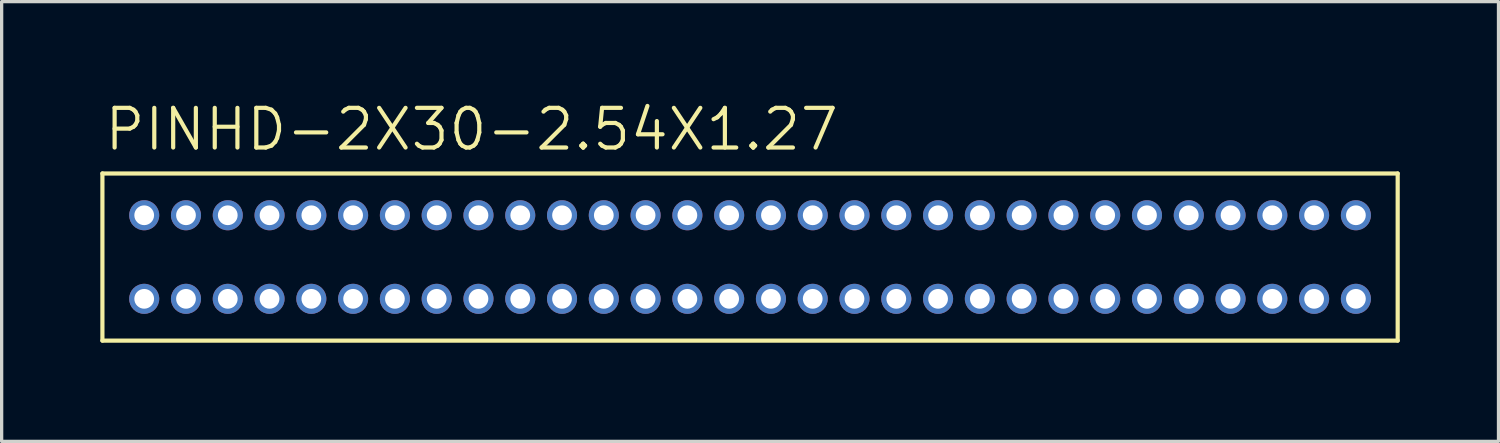
<source format=kicad_pcb>
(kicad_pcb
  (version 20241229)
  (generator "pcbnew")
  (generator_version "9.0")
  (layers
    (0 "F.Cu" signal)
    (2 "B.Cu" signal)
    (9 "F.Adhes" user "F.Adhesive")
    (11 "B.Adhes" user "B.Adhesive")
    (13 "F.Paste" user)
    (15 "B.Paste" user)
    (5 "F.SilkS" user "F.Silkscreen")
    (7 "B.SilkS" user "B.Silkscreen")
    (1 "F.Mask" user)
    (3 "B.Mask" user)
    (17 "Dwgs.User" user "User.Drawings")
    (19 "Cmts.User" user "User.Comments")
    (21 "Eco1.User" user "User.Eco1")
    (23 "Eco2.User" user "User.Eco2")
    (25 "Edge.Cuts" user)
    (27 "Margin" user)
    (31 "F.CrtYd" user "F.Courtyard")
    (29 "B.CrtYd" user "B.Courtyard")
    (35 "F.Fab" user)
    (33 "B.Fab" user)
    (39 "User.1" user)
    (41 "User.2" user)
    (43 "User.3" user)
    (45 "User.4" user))
  (footprint "PINHD-2X30-2.54X1.27"
    (layer "F.Cu")
    (at 19.113 4.763)
    (property "Reference" "PINHD-2X30-2.54X1.27" (at -19.05 -3.175 0) (layer "F.SilkS") (effects (font (size 1.206 1.206) (thickness 0.127)) (justify left bottom)))
    (attr through_hole)
    (fp_line (start -19.05 -2.54) (end 20.32 -2.54) (stroke (width 0.127) (type solid)) (layer "F.SilkS"))
    (fp_line (start -19.05 2.54) (end -19.05 -2.54) (stroke (width 0.127) (type solid)) (layer "F.SilkS"))
    (fp_line (start 20.32 -2.54) (end 20.32 2.54) (stroke (width 0.127) (type solid)) (layer "F.SilkS"))
    (fp_line (start 20.32 2.54) (end -19.05 2.54) (stroke (width 0.127) (type solid)) (layer "F.SilkS"))
    (pad "1" thru_hole circle (at -17.78 1.27) (size 0.914 0.914) (drill 0.6) (layers "*.Cu" "*.Mask"))
    (pad "2" thru_hole circle (at -17.78 -1.27) (size 0.914 0.914) (drill 0.6) (layers "*.Cu" "*.Mask"))
    (pad "3" thru_hole circle (at -16.51 1.27) (size 0.914 0.914) (drill 0.6) (layers "*.Cu" "*.Mask"))
    (pad "4" thru_hole circle (at -16.51 -1.27) (size 0.914 0.914) (drill 0.6) (layers "*.Cu" "*.Mask"))
    (pad "5" thru_hole circle (at -15.24 1.27) (size 0.914 0.914) (drill 0.6) (layers "*.Cu" "*.Mask"))
    (pad "6" thru_hole circle (at -15.24 -1.27) (size 0.914 0.914) (drill 0.6) (layers "*.Cu" "*.Mask"))
    (pad "7" thru_hole circle (at -13.97 1.27) (size 0.914 0.914) (drill 0.6) (layers "*.Cu" "*.Mask"))
    (pad "8" thru_hole circle (at -13.97 -1.27) (size 0.914 0.914) (drill 0.6) (layers "*.Cu" "*.Mask"))
    (pad "9" thru_hole circle (at -12.7 1.27) (size 0.914 0.914) (drill 0.6) (layers "*.Cu" "*.Mask"))
    (pad "10" thru_hole circle (at -12.7 -1.27) (size 0.914 0.914) (drill 0.6) (layers "*.Cu" "*.Mask"))
    (pad "11" thru_hole circle (at -11.43 1.27) (size 0.914 0.914) (drill 0.6) (layers "*.Cu" "*.Mask"))
    (pad "12" thru_hole circle (at -11.43 -1.27) (size 0.914 0.914) (drill 0.6) (layers "*.Cu" "*.Mask"))
    (pad "13" thru_hole circle (at -10.16 1.27) (size 0.914 0.914) (drill 0.6) (layers "*.Cu" "*.Mask"))
    (pad "14" thru_hole circle (at -10.16 -1.27) (size 0.914 0.914) (drill 0.6) (layers "*.Cu" "*.Mask"))
    (pad "15" thru_hole circle (at -8.89 1.27) (size 0.914 0.914) (drill 0.6) (layers "*.Cu" "*.Mask"))
    (pad "16" thru_hole circle (at -8.89 -1.27) (size 0.914 0.914) (drill 0.6) (layers "*.Cu" "*.Mask"))
    (pad "17" thru_hole circle (at -7.62 1.27) (size 0.914 0.914) (drill 0.6) (layers "*.Cu" "*.Mask"))
    (pad "18" thru_hole circle (at -7.62 -1.27) (size 0.914 0.914) (drill 0.6) (layers "*.Cu" "*.Mask"))
    (pad "19" thru_hole circle (at -6.35 1.27) (size 0.914 0.914) (drill 0.6) (layers "*.Cu" "*.Mask"))
    (pad "20" thru_hole circle (at -6.35 -1.27) (size 0.914 0.914) (drill 0.6) (layers "*.Cu" "*.Mask"))
    (pad "21" thru_hole circle (at -5.08 1.27) (size 0.914 0.914) (drill 0.6) (layers "*.Cu" "*.Mask"))
    (pad "22" thru_hole circle (at -5.08 -1.27) (size 0.914 0.914) (drill 0.6) (layers "*.Cu" "*.Mask"))
    (pad "23" thru_hole circle (at -3.81 1.27) (size 0.914 0.914) (drill 0.6) (layers "*.Cu" "*.Mask"))
    (pad "24" thru_hole circle (at -3.81 -1.27) (size 0.914 0.914) (drill 0.6) (layers "*.Cu" "*.Mask"))
    (pad "25" thru_hole circle (at -2.54 1.27) (size 0.914 0.914) (drill 0.6) (layers "*.Cu" "*.Mask"))
    (pad "26" thru_hole circle (at -2.54 -1.27) (size 0.914 0.914) (drill 0.6) (layers "*.Cu" "*.Mask"))
    (pad "27" thru_hole circle (at -1.27 1.27) (size 0.914 0.914) (drill 0.6) (layers "*.Cu" "*.Mask"))
    (pad "28" thru_hole circle (at -1.27 -1.27) (size 0.914 0.914) (drill 0.6) (layers "*.Cu" "*.Mask"))
    (pad "29" thru_hole circle (at 0 1.27) (size 0.914 0.914) (drill 0.6) (layers "*.Cu" "*.Mask"))
    (pad "30" thru_hole circle (at 0 -1.27) (size 0.914 0.914) (drill 0.6) (layers "*.Cu" "*.Mask"))
    (pad "31" thru_hole circle (at 1.27 1.27) (size 0.914 0.914) (drill 0.6) (layers "*.Cu" "*.Mask"))
    (pad "32" thru_hole circle (at 1.27 -1.27) (size 0.914 0.914) (drill 0.6) (layers "*.Cu" "*.Mask"))
    (pad "33" thru_hole circle (at 2.54 1.27) (size 0.914 0.914) (drill 0.6) (layers "*.Cu" "*.Mask"))
    (pad "34" thru_hole circle (at 2.54 -1.27) (size 0.914 0.914) (drill 0.6) (layers "*.Cu" "*.Mask"))
    (pad "35" thru_hole circle (at 3.81 1.27) (size 0.914 0.914) (drill 0.6) (layers "*.Cu" "*.Mask"))
    (pad "36" thru_hole circle (at 3.81 -1.27) (size 0.914 0.914) (drill 0.6) (layers "*.Cu" "*.Mask"))
    (pad "37" thru_hole circle (at 5.08 1.27) (size 0.914 0.914) (drill 0.6) (layers "*.Cu" "*.Mask"))
    (pad "38" thru_hole circle (at 5.08 -1.27) (size 0.914 0.914) (drill 0.6) (layers "*.Cu" "*.Mask"))
    (pad "39" thru_hole circle (at 6.35 1.27) (size 0.914 0.914) (drill 0.6) (layers "*.Cu" "*.Mask"))
    (pad "40" thru_hole circle (at 6.35 -1.27) (size 0.914 0.914) (drill 0.6) (layers "*.Cu" "*.Mask"))
    (pad "41" thru_hole circle (at 7.62 1.27) (size 0.914 0.914) (drill 0.6) (layers "*.Cu" "*.Mask"))
    (pad "42" thru_hole circle (at 7.62 -1.27) (size 0.914 0.914) (drill 0.6) (layers "*.Cu" "*.Mask"))
    (pad "43" thru_hole circle (at 8.89 1.27) (size 0.914 0.914) (drill 0.6) (layers "*.Cu" "*.Mask"))
    (pad "44" thru_hole circle (at 8.89 -1.27) (size 0.914 0.914) (drill 0.6) (layers "*.Cu" "*.Mask"))
    (pad "45" thru_hole circle (at 10.16 1.27) (size 0.914 0.914) (drill 0.6) (layers "*.Cu" "*.Mask"))
    (pad "46" thru_hole circle (at 10.16 -1.27) (size 0.914 0.914) (drill 0.6) (layers "*.Cu" "*.Mask"))
    (pad "47" thru_hole circle (at 11.43 1.27) (size 0.914 0.914) (drill 0.6) (layers "*.Cu" "*.Mask"))
    (pad "48" thru_hole circle (at 11.43 -1.27) (size 0.914 0.914) (drill 0.6) (layers "*.Cu" "*.Mask"))
    (pad "49" thru_hole circle (at 12.7 1.27) (size 0.914 0.914) (drill 0.6) (layers "*.Cu" "*.Mask"))
    (pad "50" thru_hole circle (at 12.7 -1.27) (size 0.914 0.914) (drill 0.6) (layers "*.Cu" "*.Mask"))
    (pad "51" thru_hole circle (at 13.97 1.27) (size 0.914 0.914) (drill 0.6) (layers "*.Cu" "*.Mask"))
    (pad "52" thru_hole circle (at 13.97 -1.27) (size 0.914 0.914) (drill 0.6) (layers "*.Cu" "*.Mask"))
    (pad "53" thru_hole circle (at 15.24 1.27) (size 0.914 0.914) (drill 0.6) (layers "*.Cu" "*.Mask"))
    (pad "54" thru_hole circle (at 15.24 -1.27) (size 0.914 0.914) (drill 0.6) (layers "*.Cu" "*.Mask"))
    (pad "55" thru_hole circle (at 16.51 1.27) (size 0.914 0.914) (drill 0.6) (layers "*.Cu" "*.Mask"))
    (pad "56" thru_hole circle (at 16.51 -1.27) (size 0.914 0.914) (drill 0.6) (layers "*.Cu" "*.Mask"))
    (pad "57" thru_hole circle (at 17.78 1.27) (size 0.914 0.914) (drill 0.6) (layers "*.Cu" "*.Mask"))
    (pad "58" thru_hole circle (at 17.78 -1.27) (size 0.914 0.914) (drill 0.6) (layers "*.Cu" "*.Mask"))
    (pad "59" thru_hole circle (at 19.05 1.27) (size 0.914 0.914) (drill 0.6) (layers "*.Cu" "*.Mask"))
    (pad "60" thru_hole circle (at 19.05 -1.27) (size 0.914 0.914) (drill 0.6) (layers "*.Cu" "*.Mask")))
  (gr_rect
    (start -3 -3)
    (end 42.497 10.366)
    (stroke (width 0.1) (type default))
    (fill no)
    (layer "Edge.Cuts")))
</source>
